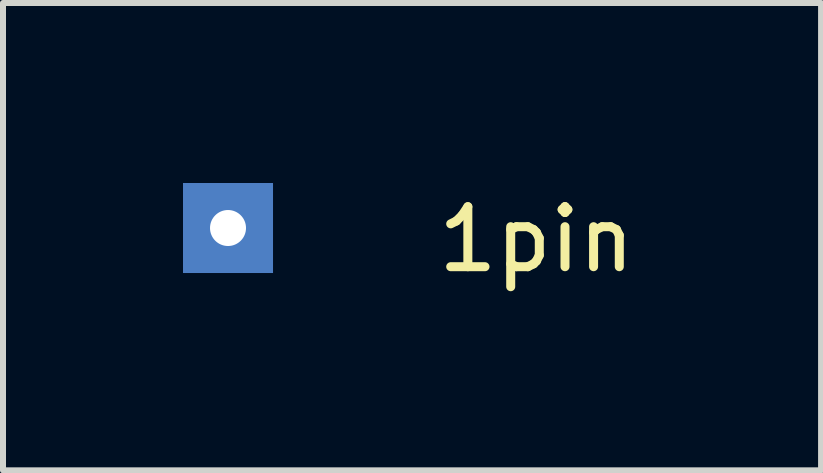
<source format=kicad_pcb>
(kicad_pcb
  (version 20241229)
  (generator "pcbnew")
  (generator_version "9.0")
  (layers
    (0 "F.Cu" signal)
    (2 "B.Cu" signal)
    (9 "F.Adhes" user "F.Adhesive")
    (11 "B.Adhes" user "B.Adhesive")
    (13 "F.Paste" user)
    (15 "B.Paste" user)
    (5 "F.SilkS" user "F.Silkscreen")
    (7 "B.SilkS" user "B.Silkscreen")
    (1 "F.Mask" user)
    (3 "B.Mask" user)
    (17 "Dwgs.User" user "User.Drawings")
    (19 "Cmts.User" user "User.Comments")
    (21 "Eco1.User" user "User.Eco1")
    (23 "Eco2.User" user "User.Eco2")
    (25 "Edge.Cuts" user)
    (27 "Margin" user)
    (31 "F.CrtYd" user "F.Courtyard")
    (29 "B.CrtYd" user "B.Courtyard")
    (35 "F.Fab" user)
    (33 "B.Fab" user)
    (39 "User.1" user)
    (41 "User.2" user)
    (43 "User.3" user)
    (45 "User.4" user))
  (footprint "1pin"
    (layer "F.Cu")
    (at 0.75 0.75)
    (property "Reference" "1pin" (at 5.14 0.19 0) (layer "F.SilkS") (effects (font (size 1 1) (thickness 0.15))))
    (attr through_hole)
    (pad "1" thru_hole trapezoid (at 0 0) (size 1.5 1.5) (drill 0.6) (layers "*.Cu" "*.Mask")))
  (gr_rect
    (start -3 -3)
    (end 10.634 4.788)
    (stroke (width 0.1) (type default))
    (fill no)
    (layer "Edge.Cuts")))
</source>
